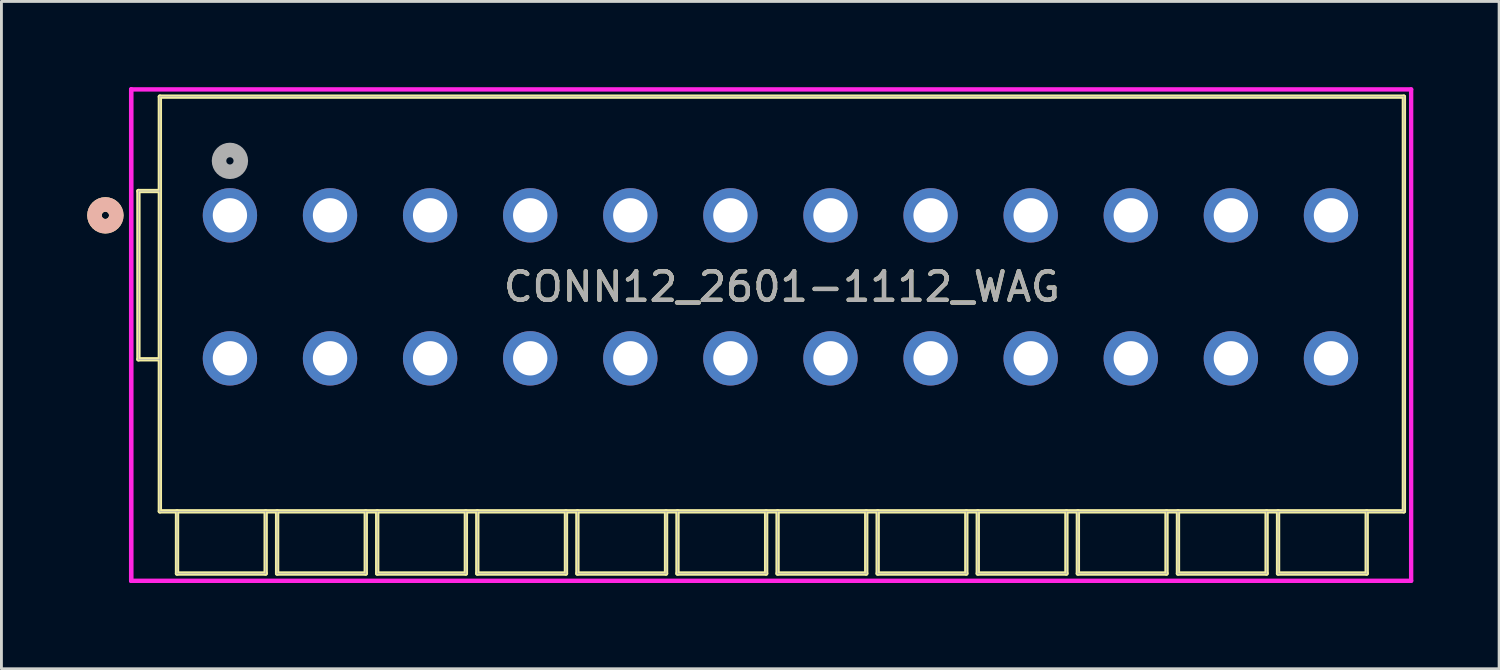
<source format=kicad_pcb>
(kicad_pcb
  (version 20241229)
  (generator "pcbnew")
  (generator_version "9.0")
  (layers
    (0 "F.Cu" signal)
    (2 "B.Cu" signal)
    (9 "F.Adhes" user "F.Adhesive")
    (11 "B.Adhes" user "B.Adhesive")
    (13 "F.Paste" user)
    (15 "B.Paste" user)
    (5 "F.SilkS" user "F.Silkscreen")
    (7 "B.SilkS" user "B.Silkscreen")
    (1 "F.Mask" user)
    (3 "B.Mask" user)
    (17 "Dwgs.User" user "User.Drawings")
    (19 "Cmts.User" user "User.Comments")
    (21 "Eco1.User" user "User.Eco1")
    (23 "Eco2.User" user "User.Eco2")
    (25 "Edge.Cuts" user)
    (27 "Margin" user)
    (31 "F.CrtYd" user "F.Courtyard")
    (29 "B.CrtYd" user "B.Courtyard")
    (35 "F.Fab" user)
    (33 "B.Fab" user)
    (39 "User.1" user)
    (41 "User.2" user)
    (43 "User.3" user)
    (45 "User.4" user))
  (footprint "CONN12_2601-1112_WAG"
    (layer "F.Cu")
    (at 4.99 4.48)
    (property "Reference" "CONN12_2601-1112_WAG" (at 19.3 2.5 0) (unlocked yes) (layer "F.SilkS") (effects (font (size 1 1) (thickness 0.15))))
    (attr through_hole)
    (fp_line (start -3.2 5.034) (end -3.2 -0.85) (stroke (width 0.152) (type solid)) (layer "F.SilkS"))
    (fp_line (start -2.45 -0.85) (end -3.2 -0.85) (stroke (width 0.152) (type solid)) (layer "F.SilkS"))
    (fp_line (start -2.45 5.034) (end -3.2 5.034) (stroke (width 0.152) (type solid)) (layer "F.SilkS"))
    (fp_line (start -2.45 -4.15) (end 41.05 -4.15) (stroke (width 0.152) (type solid)) (layer "F.SilkS"))
    (fp_line (start -2.45 10.35) (end -2.45 -4.15) (stroke (width 0.152) (type solid)) (layer "F.SilkS"))
    (fp_line (start -2.45 10.35) (end 41.05 10.35) (stroke (width 0.152) (type solid)) (layer "F.SilkS"))
    (fp_line (start -1.85 10.35) (end -1.85 12.525) (stroke (width 0.152) (type solid)) (layer "F.SilkS"))
    (fp_line (start -1.85 12.525) (end 1.25 12.525) (stroke (width 0.152) (type solid)) (layer "F.SilkS"))
    (fp_line (start 1.25 10.35) (end 1.25 12.525) (stroke (width 0.152) (type solid)) (layer "F.SilkS"))
    (fp_line (start 1.65 10.35) (end 1.65 12.525) (stroke (width 0.152) (type solid)) (layer "F.SilkS"))
    (fp_line (start 1.65 12.525) (end 4.75 12.525) (stroke (width 0.152) (type solid)) (layer "F.SilkS"))
    (fp_line (start 4.75 10.35) (end 4.75 12.525) (stroke (width 0.152) (type solid)) (layer "F.SilkS"))
    (fp_line (start 5.15 10.35) (end 5.15 12.525) (stroke (width 0.152) (type solid)) (layer "F.SilkS"))
    (fp_line (start 5.15 12.525) (end 8.25 12.525) (stroke (width 0.152) (type solid)) (layer "F.SilkS"))
    (fp_line (start 8.25 10.35) (end 8.25 12.525) (stroke (width 0.152) (type solid)) (layer "F.SilkS"))
    (fp_line (start 8.65 10.35) (end 8.65 12.525) (stroke (width 0.152) (type solid)) (layer "F.SilkS"))
    (fp_line (start 8.65 12.525) (end 11.75 12.525) (stroke (width 0.152) (type solid)) (layer "F.SilkS"))
    (fp_line (start 11.75 10.35) (end 11.75 12.525) (stroke (width 0.152) (type solid)) (layer "F.SilkS"))
    (fp_line (start 12.15 10.35) (end 12.15 12.525) (stroke (width 0.152) (type solid)) (layer "F.SilkS"))
    (fp_line (start 12.15 12.525) (end 15.25 12.525) (stroke (width 0.152) (type solid)) (layer "F.SilkS"))
    (fp_line (start 15.25 10.35) (end 15.25 12.525) (stroke (width 0.152) (type solid)) (layer "F.SilkS"))
    (fp_line (start 15.65 10.35) (end 15.65 12.525) (stroke (width 0.152) (type solid)) (layer "F.SilkS"))
    (fp_line (start 15.65 12.525) (end 18.75 12.525) (stroke (width 0.152) (type solid)) (layer "F.SilkS"))
    (fp_line (start 18.75 10.35) (end 18.75 12.525) (stroke (width 0.152) (type solid)) (layer "F.SilkS"))
    (fp_line (start 19.15 10.35) (end 19.15 12.525) (stroke (width 0.152) (type solid)) (layer "F.SilkS"))
    (fp_line (start 19.15 12.525) (end 22.25 12.525) (stroke (width 0.152) (type solid)) (layer "F.SilkS"))
    (fp_line (start 22.25 10.35) (end 22.25 12.525) (stroke (width 0.152) (type solid)) (layer "F.SilkS"))
    (fp_line (start 22.65 10.35) (end 22.65 12.525) (stroke (width 0.152) (type solid)) (layer "F.SilkS"))
    (fp_line (start 22.65 12.525) (end 25.75 12.525) (stroke (width 0.152) (type solid)) (layer "F.SilkS"))
    (fp_line (start 25.75 10.35) (end 25.75 12.525) (stroke (width 0.152) (type solid)) (layer "F.SilkS"))
    (fp_line (start 26.15 10.35) (end 26.15 12.525) (stroke (width 0.152) (type solid)) (layer "F.SilkS"))
    (fp_line (start 26.15 12.525) (end 29.25 12.525) (stroke (width 0.152) (type solid)) (layer "F.SilkS"))
    (fp_line (start 29.25 10.35) (end 29.25 12.525) (stroke (width 0.152) (type solid)) (layer "F.SilkS"))
    (fp_line (start 29.65 10.35) (end 29.65 12.525) (stroke (width 0.152) (type solid)) (layer "F.SilkS"))
    (fp_line (start 29.65 12.525) (end 32.75 12.525) (stroke (width 0.152) (type solid)) (layer "F.SilkS"))
    (fp_line (start 32.75 10.35) (end 32.75 12.525) (stroke (width 0.152) (type solid)) (layer "F.SilkS"))
    (fp_line (start 33.15 10.35) (end 33.15 12.525) (stroke (width 0.152) (type solid)) (layer "F.SilkS"))
    (fp_line (start 33.15 12.525) (end 36.25 12.525) (stroke (width 0.152) (type solid)) (layer "F.SilkS"))
    (fp_line (start 36.25 10.35) (end 36.25 12.525) (stroke (width 0.152) (type solid)) (layer "F.SilkS"))
    (fp_line (start 36.65 10.35) (end 36.65 12.525) (stroke (width 0.152) (type solid)) (layer "F.SilkS"))
    (fp_line (start 36.65 12.525) (end 39.75 12.525) (stroke (width 0.152) (type solid)) (layer "F.SilkS"))
    (fp_line (start 39.75 10.35) (end 39.75 12.525) (stroke (width 0.152) (type solid)) (layer "F.SilkS"))
    (fp_line (start 41.05 -4.15) (end 41.05 10.35) (stroke (width 0.152) (type solid)) (layer "F.SilkS"))
    (fp_circle (center -4.355 0) (end -3.974 0) (stroke (width 0.508) (type solid)) (fill no) (layer "F.SilkS"))
    (fp_circle (center -4.355 0) (end -3.974 0) (stroke (width 0.508) (type solid)) (fill no) (layer "B.SilkS"))
    (fp_line (start -3.454 -4.404) (end -3.454 12.779) (stroke (width 0.152) (type solid)) (layer "F.CrtYd"))
    (fp_line (start -3.454 -4.404) (end -3.454 12.779) (stroke (width 0.152) (type solid)) (layer "F.CrtYd"))
    (fp_line (start -3.454 12.779) (end 41.304 12.779) (stroke (width 0.152) (type solid)) (layer "F.CrtYd"))
    (fp_line (start 41.304 -4.404) (end -3.454 -4.404) (stroke (width 0.152) (type solid)) (layer "F.CrtYd"))
    (fp_line (start 41.304 12.779) (end 41.304 -4.404) (stroke (width 0.152) (type solid)) (layer "F.CrtYd"))
    (fp_line (start -3.2 5.034) (end -3.2 -0.85) (stroke (width 0.025) (type solid)) (layer "F.Fab"))
    (fp_line (start -2.45 -0.85) (end -3.2 -0.85) (stroke (width 0.025) (type solid)) (layer "F.Fab"))
    (fp_line (start -2.45 5.034) (end -3.2 5.034) (stroke (width 0.025) (type solid)) (layer "F.Fab"))
    (fp_line (start -2.45 -4.15) (end 41.05 -4.15) (stroke (width 0.025) (type solid)) (layer "F.Fab"))
    (fp_line (start -2.45 10.35) (end -2.45 -4.15) (stroke (width 0.025) (type solid)) (layer "F.Fab"))
    (fp_line (start -2.45 10.35) (end 41.05 10.35) (stroke (width 0.025) (type solid)) (layer "F.Fab"))
    (fp_line (start -1.85 10.35) (end -1.85 12.525) (stroke (width 0.025) (type solid)) (layer "F.Fab"))
    (fp_line (start -1.85 12.525) (end 1.25 12.525) (stroke (width 0.025) (type solid)) (layer "F.Fab"))
    (fp_line (start 1.25 10.35) (end 1.25 12.525) (stroke (width 0.025) (type solid)) (layer "F.Fab"))
    (fp_line (start 1.65 10.35) (end 1.65 12.525) (stroke (width 0.025) (type solid)) (layer "F.Fab"))
    (fp_line (start 1.65 12.525) (end 4.75 12.525) (stroke (width 0.025) (type solid)) (layer "F.Fab"))
    (fp_line (start 4.75 10.35) (end 4.75 12.525) (stroke (width 0.025) (type solid)) (layer "F.Fab"))
    (fp_line (start 5.15 10.35) (end 5.15 12.525) (stroke (width 0.025) (type solid)) (layer "F.Fab"))
    (fp_line (start 5.15 12.525) (end 8.25 12.525) (stroke (width 0.025) (type solid)) (layer "F.Fab"))
    (fp_line (start 8.25 10.35) (end 8.25 12.525) (stroke (width 0.025) (type solid)) (layer "F.Fab"))
    (fp_line (start 8.65 10.35) (end 8.65 12.525) (stroke (width 0.025) (type solid)) (layer "F.Fab"))
    (fp_line (start 8.65 12.525) (end 11.75 12.525) (stroke (width 0.025) (type solid)) (layer "F.Fab"))
    (fp_line (start 11.75 10.35) (end 11.75 12.525) (stroke (width 0.025) (type solid)) (layer "F.Fab"))
    (fp_line (start 12.15 10.35) (end 12.15 12.525) (stroke (width 0.025) (type solid)) (layer "F.Fab"))
    (fp_line (start 12.15 12.525) (end 15.25 12.525) (stroke (width 0.025) (type solid)) (layer "F.Fab"))
    (fp_line (start 15.25 10.35) (end 15.25 12.525) (stroke (width 0.025) (type solid)) (layer "F.Fab"))
    (fp_line (start 15.65 10.35) (end 15.65 12.525) (stroke (width 0.025) (type solid)) (layer "F.Fab"))
    (fp_line (start 15.65 12.525) (end 18.75 12.525) (stroke (width 0.025) (type solid)) (layer "F.Fab"))
    (fp_line (start 18.75 10.35) (end 18.75 12.525) (stroke (width 0.025) (type solid)) (layer "F.Fab"))
    (fp_line (start 19.15 10.35) (end 19.15 12.525) (stroke (width 0.025) (type solid)) (layer "F.Fab"))
    (fp_line (start 19.15 12.525) (end 22.25 12.525) (stroke (width 0.025) (type solid)) (layer "F.Fab"))
    (fp_line (start 22.25 10.35) (end 22.25 12.525) (stroke (width 0.025) (type solid)) (layer "F.Fab"))
    (fp_line (start 22.65 10.35) (end 22.65 12.525) (stroke (width 0.025) (type solid)) (layer "F.Fab"))
    (fp_line (start 22.65 12.525) (end 25.75 12.525) (stroke (width 0.025) (type solid)) (layer "F.Fab"))
    (fp_line (start 25.75 10.35) (end 25.75 12.525) (stroke (width 0.025) (type solid)) (layer "F.Fab"))
    (fp_line (start 26.15 10.35) (end 26.15 12.525) (stroke (width 0.025) (type solid)) (layer "F.Fab"))
    (fp_line (start 26.15 12.525) (end 29.25 12.525) (stroke (width 0.025) (type solid)) (layer "F.Fab"))
    (fp_line (start 29.25 10.35) (end 29.25 12.525) (stroke (width 0.025) (type solid)) (layer "F.Fab"))
    (fp_line (start 29.65 10.35) (end 29.65 12.525) (stroke (width 0.025) (type solid)) (layer "F.Fab"))
    (fp_line (start 29.65 12.525) (end 32.75 12.525) (stroke (width 0.025) (type solid)) (layer "F.Fab"))
    (fp_line (start 32.75 10.35) (end 32.75 12.525) (stroke (width 0.025) (type solid)) (layer "F.Fab"))
    (fp_line (start 33.15 10.35) (end 33.15 12.525) (stroke (width 0.025) (type solid)) (layer "F.Fab"))
    (fp_line (start 33.15 12.525) (end 36.25 12.525) (stroke (width 0.025) (type solid)) (layer "F.Fab"))
    (fp_line (start 36.25 10.35) (end 36.25 12.525) (stroke (width 0.025) (type solid)) (layer "F.Fab"))
    (fp_line (start 36.65 10.35) (end 36.65 12.525) (stroke (width 0.025) (type solid)) (layer "F.Fab"))
    (fp_line (start 36.65 12.525) (end 39.75 12.525) (stroke (width 0.025) (type solid)) (layer "F.Fab"))
    (fp_line (start 39.75 10.35) (end 39.75 12.525) (stroke (width 0.025) (type solid)) (layer "F.Fab"))
    (fp_line (start 41.05 -4.15) (end 41.05 10.35) (stroke (width 0.025) (type solid)) (layer "F.Fab"))
    (fp_circle (center 0 -1.905) (end 0.381 -1.905) (stroke (width 0.508) (type solid)) (fill no) (layer "F.Fab"))
    (fp_text user "${REFERENCE}" (at 19.3 2.5 0) (unlocked yes) (layer "F.Fab") (effects (font (size 1 1) (thickness 0.15))))
    (pad "1" thru_hole circle (at 0 0) (size 1.9 1.9) (drill 1.2) (layers "*.Cu" "*.Mask"))
    (pad "2" thru_hole circle (at 0 5) (size 1.9 1.9) (drill 1.2) (layers "*.Cu" "*.Mask"))
    (pad "3" thru_hole circle (at 3.5 0) (size 1.9 1.9) (drill 1.2) (layers "*.Cu" "*.Mask"))
    (pad "4" thru_hole circle (at 3.5 5) (size 1.9 1.9) (drill 1.2) (layers "*.Cu" "*.Mask"))
    (pad "5" thru_hole circle (at 7 0) (size 1.9 1.9) (drill 1.2) (layers "*.Cu" "*.Mask"))
    (pad "6" thru_hole circle (at 7 5) (size 1.9 1.9) (drill 1.2) (layers "*.Cu" "*.Mask"))
    (pad "7" thru_hole circle (at 10.5 0) (size 1.9 1.9) (drill 1.2) (layers "*.Cu" "*.Mask"))
    (pad "8" thru_hole circle (at 10.5 5) (size 1.9 1.9) (drill 1.2) (layers "*.Cu" "*.Mask"))
    (pad "9" thru_hole circle (at 14 0) (size 1.9 1.9) (drill 1.2) (layers "*.Cu" "*.Mask"))
    (pad "10" thru_hole circle (at 14 5) (size 1.9 1.9) (drill 1.2) (layers "*.Cu" "*.Mask"))
    (pad "11" thru_hole circle (at 17.5 0) (size 1.9 1.9) (drill 1.2) (layers "*.Cu" "*.Mask"))
    (pad "12" thru_hole circle (at 17.5 5) (size 1.9 1.9) (drill 1.2) (layers "*.Cu" "*.Mask"))
    (pad "13" thru_hole circle (at 21 0) (size 1.9 1.9) (drill 1.2) (layers "*.Cu" "*.Mask"))
    (pad "14" thru_hole circle (at 21 5) (size 1.9 1.9) (drill 1.2) (layers "*.Cu" "*.Mask"))
    (pad "15" thru_hole circle (at 24.5 0) (size 1.9 1.9) (drill 1.2) (layers "*.Cu" "*.Mask"))
    (pad "16" thru_hole circle (at 24.5 5) (size 1.9 1.9) (drill 1.2) (layers "*.Cu" "*.Mask"))
    (pad "17" thru_hole circle (at 28 0) (size 1.9 1.9) (drill 1.2) (layers "*.Cu" "*.Mask"))
    (pad "18" thru_hole circle (at 28 5) (size 1.9 1.9) (drill 1.2) (layers "*.Cu" "*.Mask"))
    (pad "19" thru_hole circle (at 31.5 0) (size 1.9 1.9) (drill 1.2) (layers "*.Cu" "*.Mask"))
    (pad "20" thru_hole circle (at 31.5 5) (size 1.9 1.9) (drill 1.2) (layers "*.Cu" "*.Mask"))
    (pad "21" thru_hole circle (at 35 0) (size 1.9 1.9) (drill 1.2) (layers "*.Cu" "*.Mask"))
    (pad "22" thru_hole circle (at 35 5) (size 1.9 1.9) (drill 1.2) (layers "*.Cu" "*.Mask"))
    (pad "23" thru_hole circle (at 38.5 0) (size 1.9 1.9) (drill 1.2) (layers "*.Cu" "*.Mask"))
    (pad "24" thru_hole circle (at 38.5 5) (size 1.9 1.9) (drill 1.2) (layers "*.Cu" "*.Mask")))
  (gr_rect
    (start -3 -3)
    (end 49.37 20.335)
    (stroke (width 0.1) (type default))
    (fill no)
    (layer "Edge.Cuts")))
</source>
